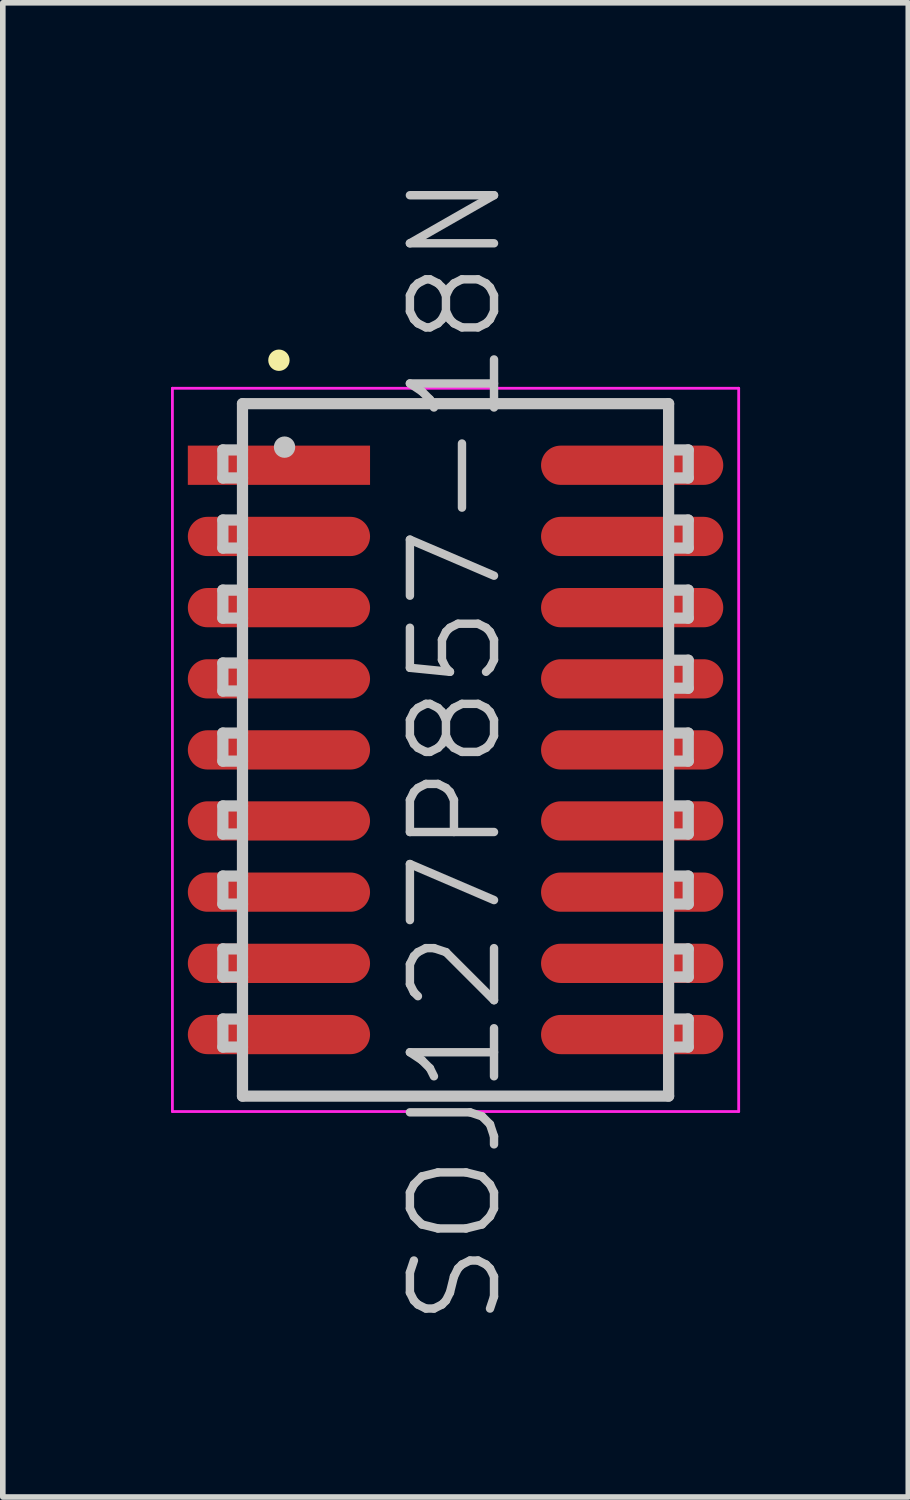
<source format=kicad_pcb>
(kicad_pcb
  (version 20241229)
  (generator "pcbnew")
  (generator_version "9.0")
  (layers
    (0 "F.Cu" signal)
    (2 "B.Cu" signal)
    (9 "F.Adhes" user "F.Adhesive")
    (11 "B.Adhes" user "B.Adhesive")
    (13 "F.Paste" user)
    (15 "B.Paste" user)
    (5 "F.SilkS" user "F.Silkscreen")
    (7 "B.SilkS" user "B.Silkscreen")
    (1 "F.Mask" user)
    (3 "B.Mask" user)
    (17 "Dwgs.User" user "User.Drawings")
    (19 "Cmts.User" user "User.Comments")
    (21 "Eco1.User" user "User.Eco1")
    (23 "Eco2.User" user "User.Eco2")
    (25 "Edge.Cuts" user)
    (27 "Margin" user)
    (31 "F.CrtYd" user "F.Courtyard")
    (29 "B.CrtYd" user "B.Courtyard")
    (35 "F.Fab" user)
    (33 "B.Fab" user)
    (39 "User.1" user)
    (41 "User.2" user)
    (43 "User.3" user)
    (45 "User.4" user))
  (footprint "SOJ127P857-18N"
    (layer "F.Cu")
    (at 5.075 10.325)
    (property "Reference" "SOJ127P857-18N" (at 0 0 90) (layer "Dwgs.User") (effects (font (size 1.5 1.5) (thickness 0.15))))
    (attr smd)
    (fp_line (start -3.15 -6.95) (end -3.15 -6.95) (stroke (width 0.381) (type solid)) (layer "F.SilkS"))
    (fp_line (start -4.15 -5.35) (end -4.15 -4.85) (stroke (width 0.2) (type solid)) (layer "Dwgs.User"))
    (fp_line (start -4.15 -4.85) (end -3.8 -4.85) (stroke (width 0.2) (type solid)) (layer "Dwgs.User"))
    (fp_line (start -4.15 -4.1) (end -4.15 -3.6) (stroke (width 0.2) (type solid)) (layer "Dwgs.User"))
    (fp_line (start -4.15 -3.6) (end -3.8 -3.6) (stroke (width 0.2) (type solid)) (layer "Dwgs.User"))
    (fp_line (start -4.15 -2.85) (end -4.15 -2.35) (stroke (width 0.2) (type solid)) (layer "Dwgs.User"))
    (fp_line (start -4.15 -2.35) (end -3.8 -2.35) (stroke (width 0.2) (type solid)) (layer "Dwgs.User"))
    (fp_line (start -4.15 -1.55) (end -4.15 -1.05) (stroke (width 0.2) (type solid)) (layer "Dwgs.User"))
    (fp_line (start -4.15 -1.05) (end -3.8 -1.05) (stroke (width 0.2) (type solid)) (layer "Dwgs.User"))
    (fp_line (start -4.15 -0.3) (end -4.15 0.2) (stroke (width 0.2) (type solid)) (layer "Dwgs.User"))
    (fp_line (start -4.15 0.2) (end -3.8 0.2) (stroke (width 0.2) (type solid)) (layer "Dwgs.User"))
    (fp_line (start -4.15 1) (end -4.15 1.5) (stroke (width 0.2) (type solid)) (layer "Dwgs.User"))
    (fp_line (start -4.15 1.5) (end -3.8 1.5) (stroke (width 0.2) (type solid)) (layer "Dwgs.User"))
    (fp_line (start -4.15 2.25) (end -4.15 2.75) (stroke (width 0.2) (type solid)) (layer "Dwgs.User"))
    (fp_line (start -4.15 2.75) (end -3.8 2.75) (stroke (width 0.2) (type solid)) (layer "Dwgs.User"))
    (fp_line (start -4.15 3.55) (end -4.15 4.05) (stroke (width 0.2) (type solid)) (layer "Dwgs.User"))
    (fp_line (start -4.15 4.05) (end -3.8 4.05) (stroke (width 0.2) (type solid)) (layer "Dwgs.User"))
    (fp_line (start -4.15 4.8) (end -4.15 5.3) (stroke (width 0.2) (type solid)) (layer "Dwgs.User"))
    (fp_line (start -4.15 5.3) (end -3.8 5.3) (stroke (width 0.2) (type solid)) (layer "Dwgs.User"))
    (fp_line (start -3.8 -6.175) (end -3.8 6.175) (stroke (width 0.2) (type solid)) (layer "Dwgs.User"))
    (fp_line (start -3.8 -6.175) (end 3.8 -6.175) (stroke (width 0.2) (type solid)) (layer "Dwgs.User"))
    (fp_line (start -3.8 -5.35) (end -4.15 -5.35) (stroke (width 0.2) (type solid)) (layer "Dwgs.User"))
    (fp_line (start -3.8 -4.1) (end -4.15 -4.1) (stroke (width 0.2) (type solid)) (layer "Dwgs.User"))
    (fp_line (start -3.8 -2.85) (end -4.15 -2.85) (stroke (width 0.2) (type solid)) (layer "Dwgs.User"))
    (fp_line (start -3.8 -1.55) (end -4.15 -1.55) (stroke (width 0.2) (type solid)) (layer "Dwgs.User"))
    (fp_line (start -3.8 -0.3) (end -4.15 -0.3) (stroke (width 0.2) (type solid)) (layer "Dwgs.User"))
    (fp_line (start -3.8 1) (end -4.15 1) (stroke (width 0.2) (type solid)) (layer "Dwgs.User"))
    (fp_line (start -3.8 2.25) (end -4.15 2.25) (stroke (width 0.2) (type solid)) (layer "Dwgs.User"))
    (fp_line (start -3.8 3.55) (end -4.15 3.55) (stroke (width 0.2) (type solid)) (layer "Dwgs.User"))
    (fp_line (start -3.8 4.8) (end -4.15 4.8) (stroke (width 0.2) (type solid)) (layer "Dwgs.User"))
    (fp_line (start -3.8 6.175) (end 3.8 6.175) (stroke (width 0.2) (type solid)) (layer "Dwgs.User"))
    (fp_line (start -3.05 -5.4) (end -3.05 -5.4) (stroke (width 0.381) (type solid)) (layer "Dwgs.User"))
    (fp_line (start 3.8 -6.175) (end 3.8 6.175) (stroke (width 0.2) (type solid)) (layer "Dwgs.User"))
    (fp_line (start 3.8 -5.35) (end 4.15 -5.35) (stroke (width 0.2) (type solid)) (layer "Dwgs.User"))
    (fp_line (start 3.8 -4.1) (end 4.15 -4.1) (stroke (width 0.2) (type solid)) (layer "Dwgs.User"))
    (fp_line (start 3.8 -2.85) (end 4.15 -2.85) (stroke (width 0.2) (type solid)) (layer "Dwgs.User"))
    (fp_line (start 3.8 -1.6) (end 4.15 -1.6) (stroke (width 0.2) (type solid)) (layer "Dwgs.User"))
    (fp_line (start 3.8 -0.3) (end 4.15 -0.3) (stroke (width 0.2) (type solid)) (layer "Dwgs.User"))
    (fp_line (start 3.8 1) (end 4.15 1) (stroke (width 0.2) (type solid)) (layer "Dwgs.User"))
    (fp_line (start 3.8 2.25) (end 4.15 2.25) (stroke (width 0.2) (type solid)) (layer "Dwgs.User"))
    (fp_line (start 3.8 3.55) (end 4.15 3.55) (stroke (width 0.2) (type solid)) (layer "Dwgs.User"))
    (fp_line (start 3.8 4.8) (end 4.15 4.8) (stroke (width 0.2) (type solid)) (layer "Dwgs.User"))
    (fp_line (start 4.15 -5.35) (end 4.15 -4.85) (stroke (width 0.2) (type solid)) (layer "Dwgs.User"))
    (fp_line (start 4.15 -4.85) (end 3.8 -4.85) (stroke (width 0.2) (type solid)) (layer "Dwgs.User"))
    (fp_line (start 4.15 -4.1) (end 4.15 -3.6) (stroke (width 0.2) (type solid)) (layer "Dwgs.User"))
    (fp_line (start 4.15 -3.6) (end 3.8 -3.6) (stroke (width 0.2) (type solid)) (layer "Dwgs.User"))
    (fp_line (start 4.15 -2.85) (end 4.15 -2.35) (stroke (width 0.2) (type solid)) (layer "Dwgs.User"))
    (fp_line (start 4.15 -2.35) (end 3.8 -2.35) (stroke (width 0.2) (type solid)) (layer "Dwgs.User"))
    (fp_line (start 4.15 -1.6) (end 4.15 -1.1) (stroke (width 0.2) (type solid)) (layer "Dwgs.User"))
    (fp_line (start 4.15 -1.1) (end 3.8 -1.1) (stroke (width 0.2) (type solid)) (layer "Dwgs.User"))
    (fp_line (start 4.15 -0.3) (end 4.15 0.2) (stroke (width 0.2) (type solid)) (layer "Dwgs.User"))
    (fp_line (start 4.15 0.2) (end 3.8 0.2) (stroke (width 0.2) (type solid)) (layer "Dwgs.User"))
    (fp_line (start 4.15 1) (end 4.15 1.5) (stroke (width 0.2) (type solid)) (layer "Dwgs.User"))
    (fp_line (start 4.15 1.5) (end 3.8 1.5) (stroke (width 0.2) (type solid)) (layer "Dwgs.User"))
    (fp_line (start 4.15 2.25) (end 4.15 2.75) (stroke (width 0.2) (type solid)) (layer "Dwgs.User"))
    (fp_line (start 4.15 2.75) (end 3.8 2.75) (stroke (width 0.2) (type solid)) (layer "Dwgs.User"))
    (fp_line (start 4.15 3.55) (end 4.15 4.05) (stroke (width 0.2) (type solid)) (layer "Dwgs.User"))
    (fp_line (start 4.15 4.05) (end 3.8 4.05) (stroke (width 0.2) (type solid)) (layer "Dwgs.User"))
    (fp_line (start 4.15 4.8) (end 4.15 5.3) (stroke (width 0.2) (type solid)) (layer "Dwgs.User"))
    (fp_line (start 4.15 5.3) (end 3.8 5.3) (stroke (width 0.2) (type solid)) (layer "Dwgs.User"))
    (fp_line (start -5.05 -6.45) (end -5.05 6.45) (stroke (width 0.05) (type solid)) (layer "F.CrtYd"))
    (fp_line (start -5.05 -6.45) (end 5.05 -6.45) (stroke (width 0.05) (type solid)) (layer "F.CrtYd"))
    (fp_line (start -5.05 6.45) (end 5.05 6.45) (stroke (width 0.05) (type solid)) (layer "F.CrtYd"))
    (fp_line (start 5.05 -6.45) (end 5.05 6.45) (stroke (width 0.05) (type solid)) (layer "F.CrtYd"))
    (pad "1" smd rect (at -3.15 -5.077 90) (size 0.7 3.25) (layers "F.Cu" "F.Mask" "F.Paste"))
    (pad "2" smd oval (at -3.15 -3.807 90) (size 0.7 3.25) (layers "F.Cu" "F.Mask" "F.Paste"))
    (pad "3" smd oval (at -3.15 -2.537 90) (size 0.7 3.25) (layers "F.Cu" "F.Mask" "F.Paste"))
    (pad "4" smd oval (at -3.15 -1.267 90) (size 0.7 3.25) (layers "F.Cu" "F.Mask" "F.Paste"))
    (pad "5" smd oval (at -3.15 0 90) (size 0.7 3.25) (layers "F.Cu" "F.Mask" "F.Paste"))
    (pad "6" smd oval (at -3.15 1.267 90) (size 0.7 3.25) (layers "F.Cu" "F.Mask" "F.Paste"))
    (pad "7" smd oval (at -3.15 2.537 90) (size 0.7 3.25) (layers "F.Cu" "F.Mask" "F.Paste"))
    (pad "8" smd oval (at -3.15 3.807 90) (size 0.7 3.25) (layers "F.Cu" "F.Mask" "F.Paste"))
    (pad "9" smd oval (at -3.15 5.077 90) (size 0.7 3.25) (layers "F.Cu" "F.Mask" "F.Paste"))
    (pad "10" smd oval (at 3.15 5.077 270) (size 0.7 3.25) (layers "F.Cu" "F.Mask" "F.Paste"))
    (pad "11" smd oval (at 3.15 3.807 270) (size 0.7 3.25) (layers "F.Cu" "F.Mask" "F.Paste"))
    (pad "12" smd oval (at 3.15 2.537 270) (size 0.7 3.25) (layers "F.Cu" "F.Mask" "F.Paste"))
    (pad "13" smd oval (at 3.15 1.267 270) (size 0.7 3.25) (layers "F.Cu" "F.Mask" "F.Paste"))
    (pad "14" smd oval (at 3.15 0 270) (size 0.7 3.25) (layers "F.Cu" "F.Mask" "F.Paste"))
    (pad "15" smd oval (at 3.15 -1.267 270) (size 0.7 3.25) (layers "F.Cu" "F.Mask" "F.Paste"))
    (pad "16" smd oval (at 3.15 -2.537 270) (size 0.7 3.25) (layers "F.Cu" "F.Mask" "F.Paste"))
    (pad "17" smd oval (at 3.15 -3.807 270) (size 0.7 3.25) (layers "F.Cu" "F.Mask" "F.Paste"))
    (pad "18" smd oval (at 3.15 -5.077 270) (size 0.7 3.25) (layers "F.Cu" "F.Mask" "F.Paste")))
  (gr_rect
    (start -3 -3)
    (end 13.15 23.65)
    (stroke (width 0.1) (type default))
    (fill no)
    (layer "Edge.Cuts")))
</source>
